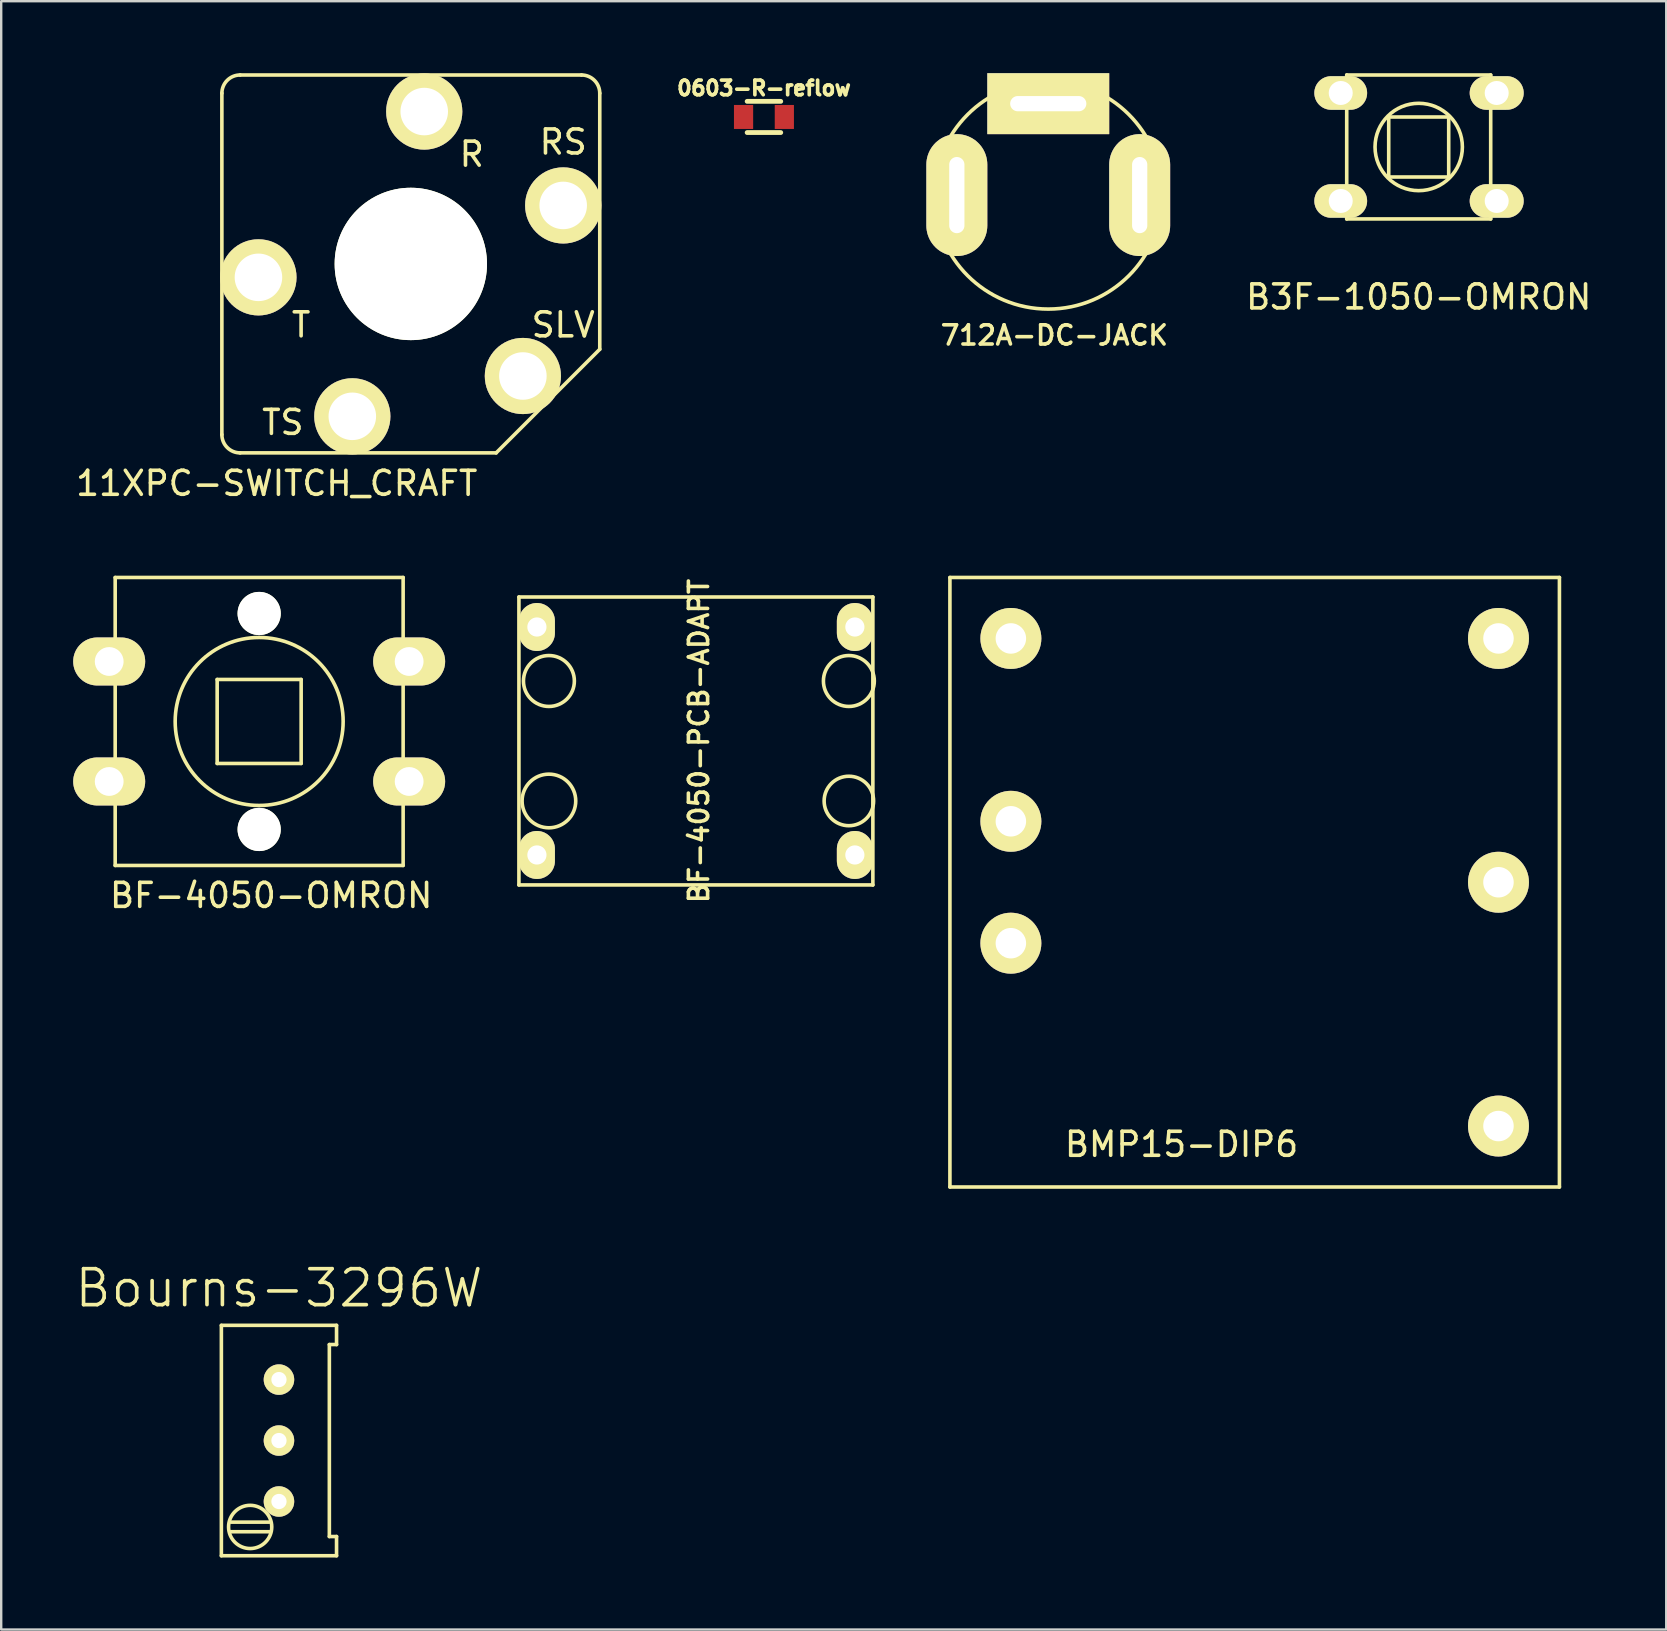
<source format=kicad_pcb>
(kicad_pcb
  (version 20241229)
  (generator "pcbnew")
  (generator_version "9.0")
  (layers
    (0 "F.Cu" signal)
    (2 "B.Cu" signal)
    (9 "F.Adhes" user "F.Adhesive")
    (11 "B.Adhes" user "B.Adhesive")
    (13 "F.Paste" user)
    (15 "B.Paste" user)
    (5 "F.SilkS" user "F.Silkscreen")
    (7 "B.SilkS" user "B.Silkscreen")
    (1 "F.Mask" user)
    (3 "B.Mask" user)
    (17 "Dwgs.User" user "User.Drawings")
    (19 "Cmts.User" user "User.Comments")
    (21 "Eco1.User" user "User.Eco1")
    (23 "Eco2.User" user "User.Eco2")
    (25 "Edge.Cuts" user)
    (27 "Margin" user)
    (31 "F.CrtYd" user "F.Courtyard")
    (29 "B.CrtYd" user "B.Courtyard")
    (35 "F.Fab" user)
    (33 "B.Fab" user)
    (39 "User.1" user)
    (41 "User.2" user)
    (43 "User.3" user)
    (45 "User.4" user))
  (footprint "B3F-1050-OMRON"
    (layer "F.Cu")
    (at 56.072 3.075)
    (property "Reference" "B3F-1050-OMRON" (at 0 6.25 0) (layer "F.SilkS") (effects (font (size 1 1) (thickness 0.15))))
    (attr through_hole)
    (fp_line (start -3 -3) (end 3 -3) (stroke (width 0.15) (type solid)) (layer "F.SilkS"))
    (fp_line (start -3 3) (end -3 -3) (stroke (width 0.15) (type solid)) (layer "F.SilkS"))
    (fp_line (start -1.25 -1.25) (end 1.25 -1.25) (stroke (width 0.15) (type solid)) (layer "F.SilkS"))
    (fp_line (start -1.25 1.25) (end -1.25 -1.25) (stroke (width 0.15) (type solid)) (layer "F.SilkS"))
    (fp_line (start 1.25 -1.25) (end 1.25 1.25) (stroke (width 0.15) (type solid)) (layer "F.SilkS"))
    (fp_line (start 1.25 1.25) (end -1.25 1.25) (stroke (width 0.15) (type solid)) (layer "F.SilkS"))
    (fp_line (start 3 -3) (end 3 3) (stroke (width 0.15) (type solid)) (layer "F.SilkS"))
    (fp_line (start 3 3) (end -3 3) (stroke (width 0.15) (type solid)) (layer "F.SilkS"))
    (fp_circle (center 0 0) (end 1.75 0.5) (stroke (width 0.15) (type solid)) (fill no) (layer "F.SilkS"))
    (pad "1" thru_hole oval (at -3.25 -2.25) (size 2.2 1.4) (drill 1) (layers "*.Cu" "*.Mask" "F.SilkS"))
    (pad "1" thru_hole oval (at 3.25 -2.25) (size 2.25 1.4) (drill 1) (layers "*.Cu" "*.Mask" "F.SilkS"))
    (pad "2" thru_hole oval (at -3.25 2.25) (size 2.2 1.4) (drill 1) (layers "*.Cu" "*.Mask" "F.SilkS"))
    (pad "2" thru_hole oval (at 3.25 2.25) (size 2.25 1.4) (drill 1) (layers "*.Cu" "*.Mask" "F.SilkS")))
  (footprint "712A-DC-JACK"
    (layer "F.Cu")
    (at 40.634 5.08)
    (property "Reference" "712A-DC-JACK" (at 0.254 5.842 0) (layer "F.SilkS") (effects (font (size 0.8 0.8) (thickness 0.15))))
    (attr through_hole)
    (fp_circle (center 0 0) (end 4.75 0) (stroke (width 0.15) (type solid)) (fill no) (layer "F.SilkS"))
    (pad "1" thru_hole oval (at 3.81 0 90) (size 5.08 2.54) (drill oval 3.175 0.635) (layers "*.Cu" "*.Mask" "F.SilkS"))
    (pad "2" thru_hole rect (at 0 -3.81) (size 5.08 2.54) (drill oval 3.175 0.635) (layers "*.Cu" "*.Mask" "F.SilkS"))
    (pad "3" thru_hole oval (at -3.81 0 90) (size 5.08 2.54) (drill oval 3.175 0.635) (layers "*.Cu" "*.Mask" "F.SilkS")))
  (footprint "0603-R-reflow"
    (layer "F.Cu")
    (at 28.786 1.824)
    (property "Reference" "0603-R-reflow" (at 0 -1.2 0) (layer "F.SilkS") (effects (font (size 0.61 0.61) (thickness 0.152))))
    (attr smd)
    (fp_line (start -0.7 -0.65) (end 0.7 -0.65) (stroke (width 0.2) (type solid)) (layer "F.SilkS"))
    (fp_line (start -0.7 0.65) (end 0.7 0.65) (stroke (width 0.2) (type solid)) (layer "F.SilkS"))
    (pad "1" smd rect (at -0.85 0) (size 0.8 1) (layers "F.Cu" "F.Mask" "F.Paste"))
    (pad "2" smd rect (at 0.85 0) (size 0.8 1) (layers "F.Cu" "F.Mask" "F.Paste")))
  (footprint "BF-4050-PCB-ADAPT"
    (layer "F.Cu")
    (at 26.075 27.829)
    (property "Reference" "BF-4050-PCB-ADAPT" (at 0 0 90) (layer "F.SilkS") (effects (font (size 0.8 0.8) (thickness 0.15))))
    (attr through_hole)
    (fp_line (start -7.5 -6) (end -7.5 6) (stroke (width 0.15) (type solid)) (layer "F.SilkS"))
    (fp_line (start -7.5 6) (end 7.25 6) (stroke (width 0.15) (type solid)) (layer "F.SilkS"))
    (fp_line (start 7.25 -6) (end -7.5 -6) (stroke (width 0.15) (type solid)) (layer "F.SilkS"))
    (fp_line (start 7.25 6) (end 7.25 -6) (stroke (width 0.15) (type solid)) (layer "F.SilkS"))
    (fp_circle (center -6.25 -2.5) (end -5.5 -1.75) (stroke (width 0.15) (type solid)) (fill no) (layer "F.SilkS"))
    (fp_circle (center -6.25 2.5) (end -5.75 3.5) (stroke (width 0.15) (type solid)) (fill no) (layer "F.SilkS"))
    (fp_circle (center 6.25 -2.5) (end 7 -1.75) (stroke (width 0.15) (type solid)) (fill no) (layer "F.SilkS"))
    (fp_circle (center 6.25 2.5) (end 6.5 3.5) (stroke (width 0.15) (type solid)) (fill no) (layer "F.SilkS"))
    (pad "1" thru_hole oval (at -6.75 -4.75) (size 1.5 2) (drill 0.8) (layers "*.Cu" "*.Mask" "F.SilkS"))
    (pad "1" thru_hole oval (at 6.5 -4.75) (size 1.5 2) (drill 0.8) (layers "*.Cu" "*.Mask" "F.SilkS"))
    (pad "2" thru_hole oval (at -6.75 4.75) (size 1.5 2) (drill 0.8) (layers "*.Cu" "*.Mask" "F.SilkS"))
    (pad "2" thru_hole oval (at 6.5 4.75) (size 1.5 2) (drill 0.8) (layers "*.Cu" "*.Mask" "F.SilkS")))
  (footprint "BMP15-DIP6"
    (layer "F.Cu")
    (at 49.236 33.716)
    (property "Reference" "BMP15-DIP6" (at -3.048 10.922 0) (layer "F.SilkS") (effects (font (size 1 1) (thickness 0.15))))
    (attr through_hole)
    (fp_line (start -12.7 -12.7) (end 12.7 -12.7) (stroke (width 0.15) (type solid)) (layer "F.SilkS"))
    (fp_line (start -12.7 12.7) (end -12.7 -12.7) (stroke (width 0.15) (type solid)) (layer "F.SilkS"))
    (fp_line (start 12.7 -12.7) (end 12.7 12.7) (stroke (width 0.15) (type solid)) (layer "F.SilkS"))
    (fp_line (start 12.7 12.7) (end -12.7 12.7) (stroke (width 0.15) (type solid)) (layer "F.SilkS"))
    (pad "1" thru_hole circle (at -10.16 2.54) (size 2.54 2.54) (drill 1.27) (layers "*.Cu" "*.Mask" "F.SilkS"))
    (pad "2" thru_hole circle (at -10.16 -2.54) (size 2.54 2.54) (drill 1.27) (layers "*.Cu" "*.Mask" "F.SilkS"))
    (pad "3" thru_hole circle (at -10.16 -10.16) (size 2.54 2.54) (drill 1.27) (layers "*.Cu" "*.Mask" "F.SilkS"))
    (pad "4" thru_hole circle (at 10.16 -10.16) (size 2.54 2.54) (drill 1.27) (layers "*.Cu" "*.Mask" "F.SilkS"))
    (pad "5" thru_hole circle (at 10.16 0) (size 2.54 2.54) (drill 1.27) (layers "*.Cu" "*.Mask" "F.SilkS"))
    (pad "6" thru_hole circle (at 10.16 10.16) (size 2.54 2.54) (drill 1.27) (layers "*.Cu" "*.Mask" "F.SilkS")))
  (footprint "BF-4050-OMRON"
    (layer "F.Cu")
    (at 7.75 27.016)
    (property "Reference" "BF-4050-OMRON" (at 0.5 7.25 0) (layer "F.SilkS") (effects (font (size 1 1) (thickness 0.15))))
    (attr through_hole)
    (fp_line (start -6 -6) (end -6 6) (stroke (width 0.15) (type solid)) (layer "F.SilkS"))
    (fp_line (start -6 6) (end 6 6) (stroke (width 0.15) (type solid)) (layer "F.SilkS"))
    (fp_line (start -1.75 -1.75) (end -1.75 1.75) (stroke (width 0.15) (type solid)) (layer "F.SilkS"))
    (fp_line (start -1.75 1.75) (end 1.75 1.75) (stroke (width 0.15) (type solid)) (layer "F.SilkS"))
    (fp_line (start 1.75 -1.75) (end -1.75 -1.75) (stroke (width 0.15) (type solid)) (layer "F.SilkS"))
    (fp_line (start 1.75 1.75) (end 1.75 -1.75) (stroke (width 0.15) (type solid)) (layer "F.SilkS"))
    (fp_line (start 6 -6) (end -6 -6) (stroke (width 0.15) (type solid)) (layer "F.SilkS"))
    (fp_line (start 6 6) (end 6 -6) (stroke (width 0.15) (type solid)) (layer "F.SilkS"))
    (fp_circle (center 0 0) (end 3.5 0) (stroke (width 0.15) (type solid)) (fill no) (layer "F.SilkS"))
    (pad "" np_thru_hole circle (at 0 -4.5) (size 1.8 1.8) (drill 1.8) (layers "*.Cu" "*.Mask" "F.SilkS"))
    (pad "" np_thru_hole circle (at 0 4.5) (size 1.8 1.8) (drill 1.8) (layers "*.Cu" "*.Mask" "F.SilkS"))
    (pad "1" thru_hole oval (at -6.25 -2.5) (size 3 2) (drill 1.2) (layers "*.Cu" "*.Mask" "F.SilkS"))
    (pad "1" thru_hole oval (at 6.25 -2.5) (size 3 2) (drill 1.2) (layers "*.Cu" "*.Mask" "F.SilkS"))
    (pad "2" thru_hole oval (at -6.25 2.5) (size 3 2) (drill 1.2) (layers "*.Cu" "*.Mask" "F.SilkS"))
    (pad "2" thru_hole oval (at 6.25 2.5) (size 3 2) (drill 1.2) (layers "*.Cu" "*.Mask" "F.SilkS")))
  (footprint "Bourns-3296W"
    (layer "F.Cu")
    (at 8.575 56.982)
    (property "Reference" "Bourns-3296W" (at 0 -6.35 0) (layer "F.SilkS") (effects (font (size 1.5 1.5) (thickness 0.15))))
    (attr through_hole)
    (fp_line (start -2.4 -4.8) (end -2.4 4.8) (stroke (width 0.15) (type solid)) (layer "F.SilkS"))
    (fp_line (start -2.4 -4.8) (end 2.4 -4.8) (stroke (width 0.15) (type solid)) (layer "F.SilkS"))
    (fp_line (start -2.4 4.8) (end 2.4 4.8) (stroke (width 0.15) (type solid)) (layer "F.SilkS"))
    (fp_line (start -2 3.4) (end -0.4 3.4) (stroke (width 0.15) (type solid)) (layer "F.SilkS"))
    (fp_line (start -2 3.8) (end -0.4 3.8) (stroke (width 0.15) (type solid)) (layer "F.SilkS"))
    (fp_line (start 2.1 -4) (end 2.1 4) (stroke (width 0.15) (type solid)) (layer "F.SilkS"))
    (fp_line (start 2.1 4) (end 2.4 4) (stroke (width 0.15) (type solid)) (layer "F.SilkS"))
    (fp_line (start 2.4 -4.8) (end 2.4 -4) (stroke (width 0.15) (type solid)) (layer "F.SilkS"))
    (fp_line (start 2.4 -4) (end 2.1 -4) (stroke (width 0.15) (type solid)) (layer "F.SilkS"))
    (fp_line (start 2.4 4) (end 2.4 4.8) (stroke (width 0.15) (type solid)) (layer "F.SilkS"))
    (fp_circle (center -1.2 3.6) (end -0.3 3.6) (stroke (width 0.15) (type solid)) (fill no) (layer "F.SilkS"))
    (pad "1" thru_hole circle (at 0 2.54) (size 1.27 1.27) (drill 0.635) (layers "*.Cu" "*.Mask" "F.SilkS"))
    (pad "2" thru_hole circle (at 0 0) (size 1.27 1.27) (drill 0.635) (layers "*.Cu" "*.Mask" "F.SilkS"))
    (pad "3" thru_hole circle (at 0 -2.54) (size 1.27 1.27) (drill 0.635) (layers "*.Cu" "*.Mask" "F.SilkS")))
  (footprint "11XPC-SWITCH_CRAFT"
    (layer "F.Cu")
    (at 14.07 7.949)
    (property "Reference" "11XPC-SWITCH_CRAFT" (at -5.588 9.144 0) (layer "F.SilkS") (effects (font (size 1 1) (thickness 0.15))))
    (attr through_hole)
    (fp_line (start -7.874 -7.112) (end -7.874 7.112) (stroke (width 0.15) (type solid)) (layer "F.SilkS"))
    (fp_line (start -7.112 7.874) (end 3.556 7.874) (stroke (width 0.15) (type solid)) (layer "F.SilkS"))
    (fp_line (start 7.112 -7.874) (end -7.112 -7.874) (stroke (width 0.15) (type solid)) (layer "F.SilkS"))
    (fp_line (start 7.874 3.556) (end 3.556 7.874) (stroke (width 0.15) (type solid)) (layer "F.SilkS"))
    (fp_line (start 7.874 3.556) (end 7.874 -7.112) (stroke (width 0.15) (type solid)) (layer "F.SilkS"))
    (fp_arc (start -7.874 -7.112) (mid -7.650815 -7.650815) (end -7.112 -7.874) (stroke (width 0.15) (type solid)) (layer "F.SilkS"))
    (fp_arc (start -7.112 7.874) (mid -7.650815 7.650815) (end -7.874 7.112) (stroke (width 0.15) (type solid)) (layer "F.SilkS"))
    (fp_arc (start 7.112 -7.874) (mid 7.650815 -7.650815) (end 7.874 -7.112) (stroke (width 0.15) (type solid)) (layer "F.SilkS"))
    (fp_text user "R" (at 2.54 -4.572 0) (layer "F.SilkS") (effects (font (size 1 1) (thickness 0.15))))
    (fp_text user "SLV" (at 6.35 2.54 0) (layer "F.SilkS") (effects (font (size 1 1) (thickness 0.15))))
    (fp_text user "T" (at -4.572 2.54 0) (layer "F.SilkS") (effects (font (size 1 1) (thickness 0.15))))
    (fp_text user "TS" (at -5.334 6.604 0) (layer "F.SilkS") (effects (font (size 1 1) (thickness 0.15))))
    (fp_text user "RS" (at 6.35 -5.08 0) (layer "F.SilkS") (effects (font (size 1 1) (thickness 0.15))))
    (pad "" np_thru_hole circle (at 0 0) (size 6.35 6.35) (drill 6.35) (layers "*.Cu" "*.Mask" "F.SilkS"))
    (pad "1" thru_hole circle (at 4.67 4.67) (size 3.175 3.175) (drill 1.981) (layers "*.Cu" "*.Mask" "F.SilkS"))
    (pad "2" thru_hole circle (at -6.35 0.559) (size 3.175 3.175) (drill 1.981) (layers "*.Cu" "*.Mask" "F.SilkS"))
    (pad "3" thru_hole circle (at 0.559 -6.35) (size 3.175 3.175) (drill 1.981) (layers "*.Cu" "*.Mask" "F.SilkS"))
    (pad "4" thru_hole circle (at -2.438 6.35) (size 3.175 3.175) (drill 1.981) (layers "*.Cu" "*.Mask" "F.SilkS"))
    (pad "5" thru_hole circle (at 6.35 -2.438) (size 3.175 3.175) (drill 1.981) (layers "*.Cu" "*.Mask" "F.SilkS")))
  (gr_rect
    (start -3 -3)
    (end 66.387 64.857)
    (stroke (width 0.1) (type default))
    (fill no)
    (layer "Edge.Cuts")))
</source>
